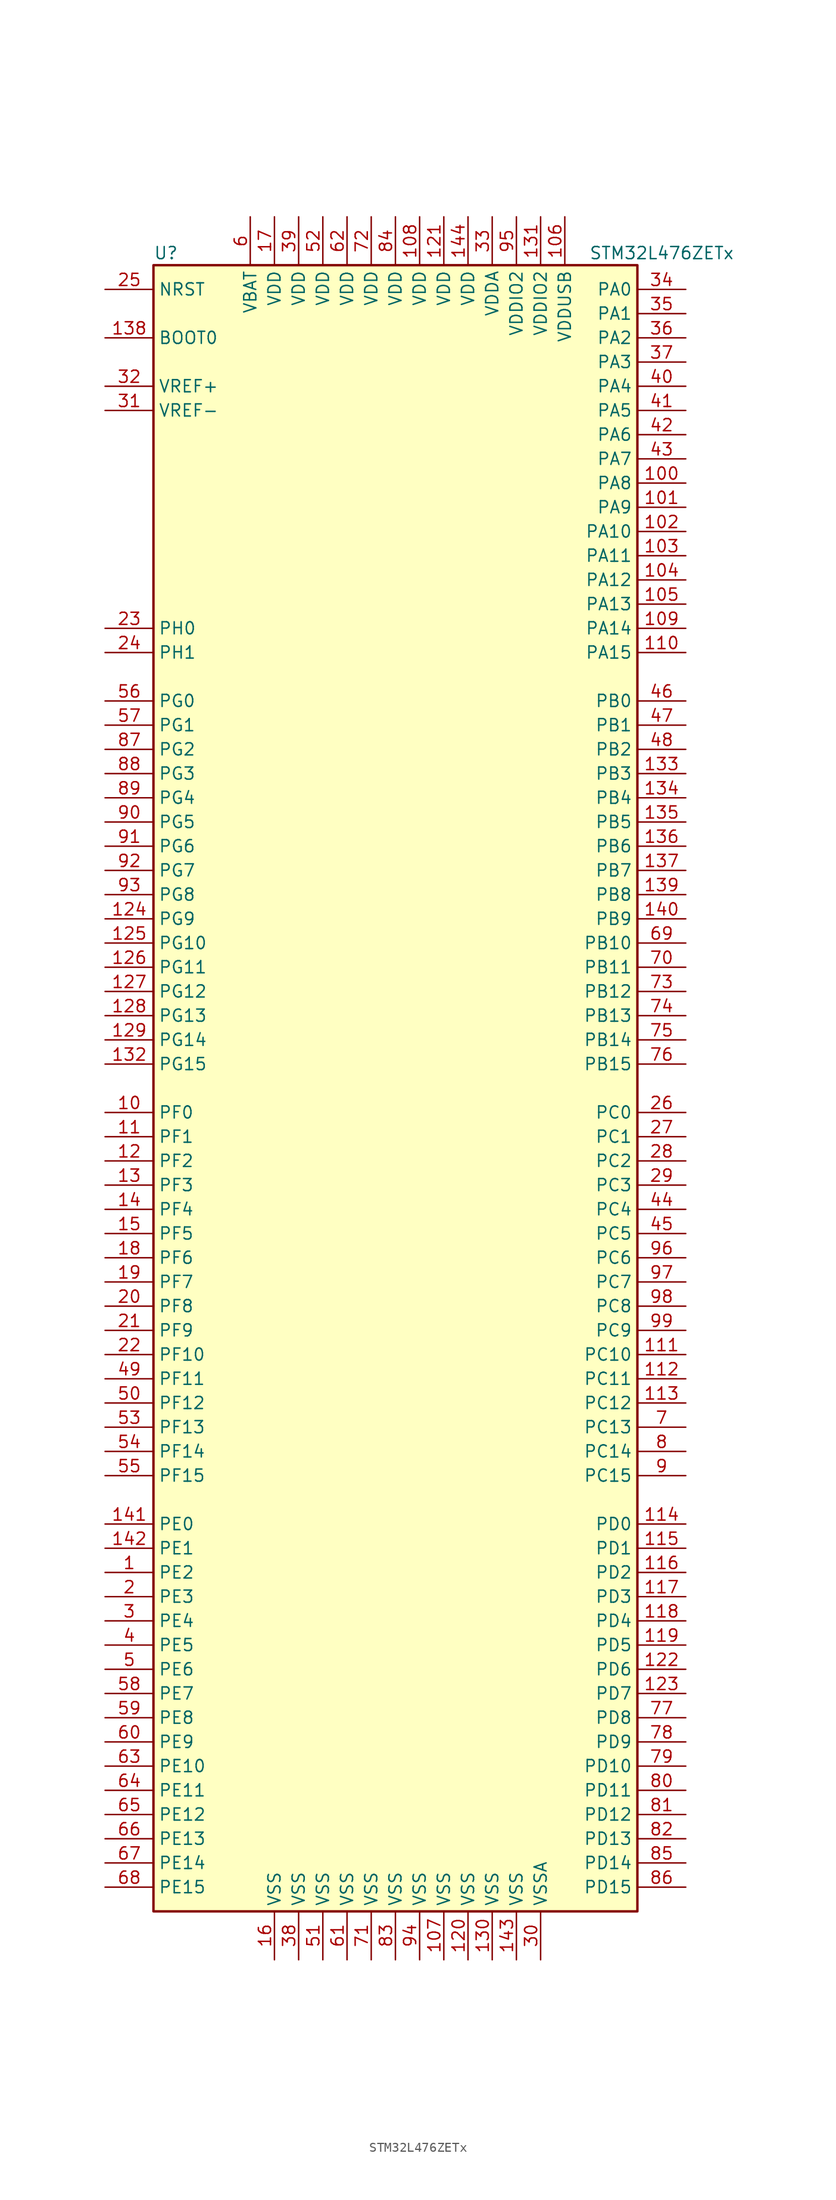
<source format=kicad_sym>
(kicad_symbol_lib
  (version 20201005)
  (generator kicad_symbol_editor)
  (symbol "STM32L476ZETx"
    (property "Reference" "U"
      (at -25.4 87.63 0)
      (effects (font (size 1.27 1.27)) (justify left)))
    (property "Value" "STM32L476ZETx"
      (at 20.32 87.63 0)
      (effects (font (size 1.27 1.27)) (justify left)))
    (symbol "STM32L476ZETx_0_1"
      (rectangle (start -25.4 -86.36) (end 25.4 86.36) (stroke (width 0.254)) (fill (type background))))
    (symbol "STM32L476ZETx_1_1"
      (pin input line (at -30.48 78.74 0) (length 5.08) (name "BOOT0" (effects (font (size 1.27 1.27)))) (number "138" (effects (font (size 1.27 1.27)))))
      (pin input line (at -30.48 83.82 0) (length 5.08) (name "NRST" (effects (font (size 1.27 1.27)))) (number "25" (effects (font (size 1.27 1.27)))))
      (pin bidirectional line (at 30.48 83.82 180) (length 5.08) (name "PA0" (effects (font (size 1.27 1.27)))) (number "34" (effects (font (size 1.27 1.27)))))
      (pin bidirectional line (at 30.48 81.28 180) (length 5.08) (name "PA1" (effects (font (size 1.27 1.27)))) (number "35" (effects (font (size 1.27 1.27)))))
      (pin bidirectional line (at 30.48 58.42 180) (length 5.08) (name "PA10" (effects (font (size 1.27 1.27)))) (number "102" (effects (font (size 1.27 1.27)))))
      (pin bidirectional line (at 30.48 55.88 180) (length 5.08) (name "PA11" (effects (font (size 1.27 1.27)))) (number "103" (effects (font (size 1.27 1.27)))))
      (pin bidirectional line (at 30.48 53.34 180) (length 5.08) (name "PA12" (effects (font (size 1.27 1.27)))) (number "104" (effects (font (size 1.27 1.27)))))
      (pin bidirectional line (at 30.48 50.8 180) (length 5.08) (name "PA13" (effects (font (size 1.27 1.27)))) (number "105" (effects (font (size 1.27 1.27)))))
      (pin bidirectional line (at 30.48 48.26 180) (length 5.08) (name "PA14" (effects (font (size 1.27 1.27)))) (number "109" (effects (font (size 1.27 1.27)))))
      (pin bidirectional line (at 30.48 45.72 180) (length 5.08) (name "PA15" (effects (font (size 1.27 1.27)))) (number "110" (effects (font (size 1.27 1.27)))))
      (pin bidirectional line (at 30.48 78.74 180) (length 5.08) (name "PA2" (effects (font (size 1.27 1.27)))) (number "36" (effects (font (size 1.27 1.27)))))
      (pin bidirectional line (at 30.48 76.2 180) (length 5.08) (name "PA3" (effects (font (size 1.27 1.27)))) (number "37" (effects (font (size 1.27 1.27)))))
      (pin bidirectional line (at 30.48 73.66 180) (length 5.08) (name "PA4" (effects (font (size 1.27 1.27)))) (number "40" (effects (font (size 1.27 1.27)))))
      (pin bidirectional line (at 30.48 71.12 180) (length 5.08) (name "PA5" (effects (font (size 1.27 1.27)))) (number "41" (effects (font (size 1.27 1.27)))))
      (pin bidirectional line (at 30.48 68.58 180) (length 5.08) (name "PA6" (effects (font (size 1.27 1.27)))) (number "42" (effects (font (size 1.27 1.27)))))
      (pin bidirectional line (at 30.48 66.04 180) (length 5.08) (name "PA7" (effects (font (size 1.27 1.27)))) (number "43" (effects (font (size 1.27 1.27)))))
      (pin bidirectional line (at 30.48 63.5 180) (length 5.08) (name "PA8" (effects (font (size 1.27 1.27)))) (number "100" (effects (font (size 1.27 1.27)))))
      (pin bidirectional line (at 30.48 60.96 180) (length 5.08) (name "PA9" (effects (font (size 1.27 1.27)))) (number "101" (effects (font (size 1.27 1.27)))))
      (pin bidirectional line (at 30.48 40.64 180) (length 5.08) (name "PB0" (effects (font (size 1.27 1.27)))) (number "46" (effects (font (size 1.27 1.27)))))
      (pin bidirectional line (at 30.48 38.1 180) (length 5.08) (name "PB1" (effects (font (size 1.27 1.27)))) (number "47" (effects (font (size 1.27 1.27)))))
      (pin bidirectional line (at 30.48 15.24 180) (length 5.08) (name "PB10" (effects (font (size 1.27 1.27)))) (number "69" (effects (font (size 1.27 1.27)))))
      (pin bidirectional line (at 30.48 12.7 180) (length 5.08) (name "PB11" (effects (font (size 1.27 1.27)))) (number "70" (effects (font (size 1.27 1.27)))))
      (pin bidirectional line (at 30.48 10.16 180) (length 5.08) (name "PB12" (effects (font (size 1.27 1.27)))) (number "73" (effects (font (size 1.27 1.27)))))
      (pin bidirectional line (at 30.48 7.62 180) (length 5.08) (name "PB13" (effects (font (size 1.27 1.27)))) (number "74" (effects (font (size 1.27 1.27)))))
      (pin bidirectional line (at 30.48 5.08 180) (length 5.08) (name "PB14" (effects (font (size 1.27 1.27)))) (number "75" (effects (font (size 1.27 1.27)))))
      (pin bidirectional line (at 30.48 2.54 180) (length 5.08) (name "PB15" (effects (font (size 1.27 1.27)))) (number "76" (effects (font (size 1.27 1.27)))))
      (pin bidirectional line (at 30.48 35.56 180) (length 5.08) (name "PB2" (effects (font (size 1.27 1.27)))) (number "48" (effects (font (size 1.27 1.27)))))
      (pin bidirectional line (at 30.48 33.02 180) (length 5.08) (name "PB3" (effects (font (size 1.27 1.27)))) (number "133" (effects (font (size 1.27 1.27)))))
      (pin bidirectional line (at 30.48 30.48 180) (length 5.08) (name "PB4" (effects (font (size 1.27 1.27)))) (number "134" (effects (font (size 1.27 1.27)))))
      (pin bidirectional line (at 30.48 27.94 180) (length 5.08) (name "PB5" (effects (font (size 1.27 1.27)))) (number "135" (effects (font (size 1.27 1.27)))))
      (pin bidirectional line (at 30.48 25.4 180) (length 5.08) (name "PB6" (effects (font (size 1.27 1.27)))) (number "136" (effects (font (size 1.27 1.27)))))
      (pin bidirectional line (at 30.48 22.86 180) (length 5.08) (name "PB7" (effects (font (size 1.27 1.27)))) (number "137" (effects (font (size 1.27 1.27)))))
      (pin bidirectional line (at 30.48 20.32 180) (length 5.08) (name "PB8" (effects (font (size 1.27 1.27)))) (number "139" (effects (font (size 1.27 1.27)))))
      (pin bidirectional line (at 30.48 17.78 180) (length 5.08) (name "PB9" (effects (font (size 1.27 1.27)))) (number "140" (effects (font (size 1.27 1.27)))))
      (pin bidirectional line (at 30.48 -2.54 180) (length 5.08) (name "PC0" (effects (font (size 1.27 1.27)))) (number "26" (effects (font (size 1.27 1.27)))))
      (pin bidirectional line (at 30.48 -5.08 180) (length 5.08) (name "PC1" (effects (font (size 1.27 1.27)))) (number "27" (effects (font (size 1.27 1.27)))))
      (pin bidirectional line (at 30.48 -27.94 180) (length 5.08) (name "PC10" (effects (font (size 1.27 1.27)))) (number "111" (effects (font (size 1.27 1.27)))))
      (pin bidirectional line (at 30.48 -30.48 180) (length 5.08) (name "PC11" (effects (font (size 1.27 1.27)))) (number "112" (effects (font (size 1.27 1.27)))))
      (pin bidirectional line (at 30.48 -33.02 180) (length 5.08) (name "PC12" (effects (font (size 1.27 1.27)))) (number "113" (effects (font (size 1.27 1.27)))))
      (pin bidirectional line (at 30.48 -35.56 180) (length 5.08) (name "PC13" (effects (font (size 1.27 1.27)))) (number "7" (effects (font (size 1.27 1.27)))))
      (pin bidirectional line (at 30.48 -38.1 180) (length 5.08) (name "PC14" (effects (font (size 1.27 1.27)))) (number "8" (effects (font (size 1.27 1.27)))))
      (pin bidirectional line (at 30.48 -40.64 180) (length 5.08) (name "PC15" (effects (font (size 1.27 1.27)))) (number "9" (effects (font (size 1.27 1.27)))))
      (pin bidirectional line (at 30.48 -7.62 180) (length 5.08) (name "PC2" (effects (font (size 1.27 1.27)))) (number "28" (effects (font (size 1.27 1.27)))))
      (pin bidirectional line (at 30.48 -10.16 180) (length 5.08) (name "PC3" (effects (font (size 1.27 1.27)))) (number "29" (effects (font (size 1.27 1.27)))))
      (pin bidirectional line (at 30.48 -12.7 180) (length 5.08) (name "PC4" (effects (font (size 1.27 1.27)))) (number "44" (effects (font (size 1.27 1.27)))))
      (pin bidirectional line (at 30.48 -15.24 180) (length 5.08) (name "PC5" (effects (font (size 1.27 1.27)))) (number "45" (effects (font (size 1.27 1.27)))))
      (pin bidirectional line (at 30.48 -17.78 180) (length 5.08) (name "PC6" (effects (font (size 1.27 1.27)))) (number "96" (effects (font (size 1.27 1.27)))))
      (pin bidirectional line (at 30.48 -20.32 180) (length 5.08) (name "PC7" (effects (font (size 1.27 1.27)))) (number "97" (effects (font (size 1.27 1.27)))))
      (pin bidirectional line (at 30.48 -22.86 180) (length 5.08) (name "PC8" (effects (font (size 1.27 1.27)))) (number "98" (effects (font (size 1.27 1.27)))))
      (pin bidirectional line (at 30.48 -25.4 180) (length 5.08) (name "PC9" (effects (font (size 1.27 1.27)))) (number "99" (effects (font (size 1.27 1.27)))))
      (pin bidirectional line (at 30.48 -45.72 180) (length 5.08) (name "PD0" (effects (font (size 1.27 1.27)))) (number "114" (effects (font (size 1.27 1.27)))))
      (pin bidirectional line (at 30.48 -48.26 180) (length 5.08) (name "PD1" (effects (font (size 1.27 1.27)))) (number "115" (effects (font (size 1.27 1.27)))))
      (pin bidirectional line (at 30.48 -71.12 180) (length 5.08) (name "PD10" (effects (font (size 1.27 1.27)))) (number "79" (effects (font (size 1.27 1.27)))))
      (pin bidirectional line (at 30.48 -73.66 180) (length 5.08) (name "PD11" (effects (font (size 1.27 1.27)))) (number "80" (effects (font (size 1.27 1.27)))))
      (pin bidirectional line (at 30.48 -76.2 180) (length 5.08) (name "PD12" (effects (font (size 1.27 1.27)))) (number "81" (effects (font (size 1.27 1.27)))))
      (pin bidirectional line (at 30.48 -78.74 180) (length 5.08) (name "PD13" (effects (font (size 1.27 1.27)))) (number "82" (effects (font (size 1.27 1.27)))))
      (pin bidirectional line (at 30.48 -81.28 180) (length 5.08) (name "PD14" (effects (font (size 1.27 1.27)))) (number "85" (effects (font (size 1.27 1.27)))))
      (pin bidirectional line (at 30.48 -83.82 180) (length 5.08) (name "PD15" (effects (font (size 1.27 1.27)))) (number "86" (effects (font (size 1.27 1.27)))))
      (pin bidirectional line (at 30.48 -50.8 180) (length 5.08) (name "PD2" (effects (font (size 1.27 1.27)))) (number "116" (effects (font (size 1.27 1.27)))))
      (pin bidirectional line (at 30.48 -53.34 180) (length 5.08) (name "PD3" (effects (font (size 1.27 1.27)))) (number "117" (effects (font (size 1.27 1.27)))))
      (pin bidirectional line (at 30.48 -55.88 180) (length 5.08) (name "PD4" (effects (font (size 1.27 1.27)))) (number "118" (effects (font (size 1.27 1.27)))))
      (pin bidirectional line (at 30.48 -58.42 180) (length 5.08) (name "PD5" (effects (font (size 1.27 1.27)))) (number "119" (effects (font (size 1.27 1.27)))))
      (pin bidirectional line (at 30.48 -60.96 180) (length 5.08) (name "PD6" (effects (font (size 1.27 1.27)))) (number "122" (effects (font (size 1.27 1.27)))))
      (pin bidirectional line (at 30.48 -63.5 180) (length 5.08) (name "PD7" (effects (font (size 1.27 1.27)))) (number "123" (effects (font (size 1.27 1.27)))))
      (pin bidirectional line (at 30.48 -66.04 180) (length 5.08) (name "PD8" (effects (font (size 1.27 1.27)))) (number "77" (effects (font (size 1.27 1.27)))))
      (pin bidirectional line (at 30.48 -68.58 180) (length 5.08) (name "PD9" (effects (font (size 1.27 1.27)))) (number "78" (effects (font (size 1.27 1.27)))))
      (pin bidirectional line (at -30.48 -45.72 0) (length 5.08) (name "PE0" (effects (font (size 1.27 1.27)))) (number "141" (effects (font (size 1.27 1.27)))))
      (pin bidirectional line (at -30.48 -48.26 0) (length 5.08) (name "PE1" (effects (font (size 1.27 1.27)))) (number "142" (effects (font (size 1.27 1.27)))))
      (pin bidirectional line (at -30.48 -71.12 0) (length 5.08) (name "PE10" (effects (font (size 1.27 1.27)))) (number "63" (effects (font (size 1.27 1.27)))))
      (pin bidirectional line (at -30.48 -73.66 0) (length 5.08) (name "PE11" (effects (font (size 1.27 1.27)))) (number "64" (effects (font (size 1.27 1.27)))))
      (pin bidirectional line (at -30.48 -76.2 0) (length 5.08) (name "PE12" (effects (font (size 1.27 1.27)))) (number "65" (effects (font (size 1.27 1.27)))))
      (pin bidirectional line (at -30.48 -78.74 0) (length 5.08) (name "PE13" (effects (font (size 1.27 1.27)))) (number "66" (effects (font (size 1.27 1.27)))))
      (pin bidirectional line (at -30.48 -81.28 0) (length 5.08) (name "PE14" (effects (font (size 1.27 1.27)))) (number "67" (effects (font (size 1.27 1.27)))))
      (pin bidirectional line (at -30.48 -83.82 0) (length 5.08) (name "PE15" (effects (font (size 1.27 1.27)))) (number "68" (effects (font (size 1.27 1.27)))))
      (pin bidirectional line (at -30.48 -50.8 0) (length 5.08) (name "PE2" (effects (font (size 1.27 1.27)))) (number "1" (effects (font (size 1.27 1.27)))))
      (pin bidirectional line (at -30.48 -53.34 0) (length 5.08) (name "PE3" (effects (font (size 1.27 1.27)))) (number "2" (effects (font (size 1.27 1.27)))))
      (pin bidirectional line (at -30.48 -55.88 0) (length 5.08) (name "PE4" (effects (font (size 1.27 1.27)))) (number "3" (effects (font (size 1.27 1.27)))))
      (pin bidirectional line (at -30.48 -58.42 0) (length 5.08) (name "PE5" (effects (font (size 1.27 1.27)))) (number "4" (effects (font (size 1.27 1.27)))))
      (pin bidirectional line (at -30.48 -60.96 0) (length 5.08) (name "PE6" (effects (font (size 1.27 1.27)))) (number "5" (effects (font (size 1.27 1.27)))))
      (pin bidirectional line (at -30.48 -63.5 0) (length 5.08) (name "PE7" (effects (font (size 1.27 1.27)))) (number "58" (effects (font (size 1.27 1.27)))))
      (pin bidirectional line (at -30.48 -66.04 0) (length 5.08) (name "PE8" (effects (font (size 1.27 1.27)))) (number "59" (effects (font (size 1.27 1.27)))))
      (pin bidirectional line (at -30.48 -68.58 0) (length 5.08) (name "PE9" (effects (font (size 1.27 1.27)))) (number "60" (effects (font (size 1.27 1.27)))))
      (pin bidirectional line (at -30.48 -2.54 0) (length 5.08) (name "PF0" (effects (font (size 1.27 1.27)))) (number "10" (effects (font (size 1.27 1.27)))))
      (pin bidirectional line (at -30.48 -5.08 0) (length 5.08) (name "PF1" (effects (font (size 1.27 1.27)))) (number "11" (effects (font (size 1.27 1.27)))))
      (pin bidirectional line (at -30.48 -27.94 0) (length 5.08) (name "PF10" (effects (font (size 1.27 1.27)))) (number "22" (effects (font (size 1.27 1.27)))))
      (pin bidirectional line (at -30.48 -30.48 0) (length 5.08) (name "PF11" (effects (font (size 1.27 1.27)))) (number "49" (effects (font (size 1.27 1.27)))))
      (pin bidirectional line (at -30.48 -33.02 0) (length 5.08) (name "PF12" (effects (font (size 1.27 1.27)))) (number "50" (effects (font (size 1.27 1.27)))))
      (pin bidirectional line (at -30.48 -35.56 0) (length 5.08) (name "PF13" (effects (font (size 1.27 1.27)))) (number "53" (effects (font (size 1.27 1.27)))))
      (pin bidirectional line (at -30.48 -38.1 0) (length 5.08) (name "PF14" (effects (font (size 1.27 1.27)))) (number "54" (effects (font (size 1.27 1.27)))))
      (pin bidirectional line (at -30.48 -40.64 0) (length 5.08) (name "PF15" (effects (font (size 1.27 1.27)))) (number "55" (effects (font (size 1.27 1.27)))))
      (pin bidirectional line (at -30.48 -7.62 0) (length 5.08) (name "PF2" (effects (font (size 1.27 1.27)))) (number "12" (effects (font (size 1.27 1.27)))))
      (pin bidirectional line (at -30.48 -10.16 0) (length 5.08) (name "PF3" (effects (font (size 1.27 1.27)))) (number "13" (effects (font (size 1.27 1.27)))))
      (pin bidirectional line (at -30.48 -12.7 0) (length 5.08) (name "PF4" (effects (font (size 1.27 1.27)))) (number "14" (effects (font (size 1.27 1.27)))))
      (pin bidirectional line (at -30.48 -15.24 0) (length 5.08) (name "PF5" (effects (font (size 1.27 1.27)))) (number "15" (effects (font (size 1.27 1.27)))))
      (pin bidirectional line (at -30.48 -17.78 0) (length 5.08) (name "PF6" (effects (font (size 1.27 1.27)))) (number "18" (effects (font (size 1.27 1.27)))))
      (pin bidirectional line (at -30.48 -20.32 0) (length 5.08) (name "PF7" (effects (font (size 1.27 1.27)))) (number "19" (effects (font (size 1.27 1.27)))))
      (pin bidirectional line (at -30.48 -22.86 0) (length 5.08) (name "PF8" (effects (font (size 1.27 1.27)))) (number "20" (effects (font (size 1.27 1.27)))))
      (pin bidirectional line (at -30.48 -25.4 0) (length 5.08) (name "PF9" (effects (font (size 1.27 1.27)))) (number "21" (effects (font (size 1.27 1.27)))))
      (pin bidirectional line (at -30.48 40.64 0) (length 5.08) (name "PG0" (effects (font (size 1.27 1.27)))) (number "56" (effects (font (size 1.27 1.27)))))
      (pin bidirectional line (at -30.48 38.1 0) (length 5.08) (name "PG1" (effects (font (size 1.27 1.27)))) (number "57" (effects (font (size 1.27 1.27)))))
      (pin bidirectional line (at -30.48 15.24 0) (length 5.08) (name "PG10" (effects (font (size 1.27 1.27)))) (number "125" (effects (font (size 1.27 1.27)))))
      (pin bidirectional line (at -30.48 12.7 0) (length 5.08) (name "PG11" (effects (font (size 1.27 1.27)))) (number "126" (effects (font (size 1.27 1.27)))))
      (pin bidirectional line (at -30.48 10.16 0) (length 5.08) (name "PG12" (effects (font (size 1.27 1.27)))) (number "127" (effects (font (size 1.27 1.27)))))
      (pin bidirectional line (at -30.48 7.62 0) (length 5.08) (name "PG13" (effects (font (size 1.27 1.27)))) (number "128" (effects (font (size 1.27 1.27)))))
      (pin bidirectional line (at -30.48 5.08 0) (length 5.08) (name "PG14" (effects (font (size 1.27 1.27)))) (number "129" (effects (font (size 1.27 1.27)))))
      (pin bidirectional line (at -30.48 2.54 0) (length 5.08) (name "PG15" (effects (font (size 1.27 1.27)))) (number "132" (effects (font (size 1.27 1.27)))))
      (pin bidirectional line (at -30.48 35.56 0) (length 5.08) (name "PG2" (effects (font (size 1.27 1.27)))) (number "87" (effects (font (size 1.27 1.27)))))
      (pin bidirectional line (at -30.48 33.02 0) (length 5.08) (name "PG3" (effects (font (size 1.27 1.27)))) (number "88" (effects (font (size 1.27 1.27)))))
      (pin bidirectional line (at -30.48 30.48 0) (length 5.08) (name "PG4" (effects (font (size 1.27 1.27)))) (number "89" (effects (font (size 1.27 1.27)))))
      (pin bidirectional line (at -30.48 27.94 0) (length 5.08) (name "PG5" (effects (font (size 1.27 1.27)))) (number "90" (effects (font (size 1.27 1.27)))))
      (pin bidirectional line (at -30.48 25.4 0) (length 5.08) (name "PG6" (effects (font (size 1.27 1.27)))) (number "91" (effects (font (size 1.27 1.27)))))
      (pin bidirectional line (at -30.48 22.86 0) (length 5.08) (name "PG7" (effects (font (size 1.27 1.27)))) (number "92" (effects (font (size 1.27 1.27)))))
      (pin bidirectional line (at -30.48 20.32 0) (length 5.08) (name "PG8" (effects (font (size 1.27 1.27)))) (number "93" (effects (font (size 1.27 1.27)))))
      (pin bidirectional line (at -30.48 17.78 0) (length 5.08) (name "PG9" (effects (font (size 1.27 1.27)))) (number "124" (effects (font (size 1.27 1.27)))))
      (pin input line (at -30.48 48.26 0) (length 5.08) (name "PH0" (effects (font (size 1.27 1.27)))) (number "23" (effects (font (size 1.27 1.27)))))
      (pin input line (at -30.48 45.72 0) (length 5.08) (name "PH1" (effects (font (size 1.27 1.27)))) (number "24" (effects (font (size 1.27 1.27)))))
      (pin power_in line (at -15.24 91.44 270) (length 5.08) (name "VBAT" (effects (font (size 1.27 1.27)))) (number "6" (effects (font (size 1.27 1.27)))))
      (pin power_in line (at 2.54 91.44 270) (length 5.08) (name "VDD" (effects (font (size 1.27 1.27)))) (number "108" (effects (font (size 1.27 1.27)))))
      (pin power_in line (at 5.08 91.44 270) (length 5.08) (name "VDD" (effects (font (size 1.27 1.27)))) (number "121" (effects (font (size 1.27 1.27)))))
      (pin power_in line (at 7.62 91.44 270) (length 5.08) (name "VDD" (effects (font (size 1.27 1.27)))) (number "144" (effects (font (size 1.27 1.27)))))
      (pin power_in line (at -12.7 91.44 270) (length 5.08) (name "VDD" (effects (font (size 1.27 1.27)))) (number "17" (effects (font (size 1.27 1.27)))))
      (pin power_in line (at -10.16 91.44 270) (length 5.08) (name "VDD" (effects (font (size 1.27 1.27)))) (number "39" (effects (font (size 1.27 1.27)))))
      (pin power_in line (at -7.62 91.44 270) (length 5.08) (name "VDD" (effects (font (size 1.27 1.27)))) (number "52" (effects (font (size 1.27 1.27)))))
      (pin power_in line (at -5.08 91.44 270) (length 5.08) (name "VDD" (effects (font (size 1.27 1.27)))) (number "62" (effects (font (size 1.27 1.27)))))
      (pin power_in line (at -2.54 91.44 270) (length 5.08) (name "VDD" (effects (font (size 1.27 1.27)))) (number "72" (effects (font (size 1.27 1.27)))))
      (pin power_in line (at 0 91.44 270) (length 5.08) (name "VDD" (effects (font (size 1.27 1.27)))) (number "84" (effects (font (size 1.27 1.27)))))
      (pin power_in line (at 10.16 91.44 270) (length 5.08) (name "VDDA" (effects (font (size 1.27 1.27)))) (number "33" (effects (font (size 1.27 1.27)))))
      (pin power_in line (at 15.24 91.44 270) (length 5.08) (name "VDDIO2" (effects (font (size 1.27 1.27)))) (number "131" (effects (font (size 1.27 1.27)))))
      (pin power_in line (at 12.7 91.44 270) (length 5.08) (name "VDDIO2" (effects (font (size 1.27 1.27)))) (number "95" (effects (font (size 1.27 1.27)))))
      (pin power_in line (at 17.78 91.44 270) (length 5.08) (name "VDDUSB" (effects (font (size 1.27 1.27)))) (number "106" (effects (font (size 1.27 1.27)))))
      (pin bidirectional line (at -30.48 73.66 0) (length 5.08) (name "VREF+" (effects (font (size 1.27 1.27)))) (number "32" (effects (font (size 1.27 1.27)))))
      (pin power_in line (at -30.48 71.12 0) (length 5.08) (name "VREF-" (effects (font (size 1.27 1.27)))) (number "31" (effects (font (size 1.27 1.27)))))
      (pin power_in line (at 5.08 -91.44 90) (length 5.08) (name "VSS" (effects (font (size 1.27 1.27)))) (number "107" (effects (font (size 1.27 1.27)))))
      (pin power_in line (at 7.62 -91.44 90) (length 5.08) (name "VSS" (effects (font (size 1.27 1.27)))) (number "120" (effects (font (size 1.27 1.27)))))
      (pin power_in line (at 10.16 -91.44 90) (length 5.08) (name "VSS" (effects (font (size 1.27 1.27)))) (number "130" (effects (font (size 1.27 1.27)))))
      (pin power_in line (at 12.7 -91.44 90) (length 5.08) (name "VSS" (effects (font (size 1.27 1.27)))) (number "143" (effects (font (size 1.27 1.27)))))
      (pin power_in line (at -12.7 -91.44 90) (length 5.08) (name "VSS" (effects (font (size 1.27 1.27)))) (number "16" (effects (font (size 1.27 1.27)))))
      (pin power_in line (at -10.16 -91.44 90) (length 5.08) (name "VSS" (effects (font (size 1.27 1.27)))) (number "38" (effects (font (size 1.27 1.27)))))
      (pin power_in line (at -7.62 -91.44 90) (length 5.08) (name "VSS" (effects (font (size 1.27 1.27)))) (number "51" (effects (font (size 1.27 1.27)))))
      (pin power_in line (at -5.08 -91.44 90) (length 5.08) (name "VSS" (effects (font (size 1.27 1.27)))) (number "61" (effects (font (size 1.27 1.27)))))
      (pin power_in line (at -2.54 -91.44 90) (length 5.08) (name "VSS" (effects (font (size 1.27 1.27)))) (number "71" (effects (font (size 1.27 1.27)))))
      (pin power_in line (at 0 -91.44 90) (length 5.08) (name "VSS" (effects (font (size 1.27 1.27)))) (number "83" (effects (font (size 1.27 1.27)))))
      (pin power_in line (at 2.54 -91.44 90) (length 5.08) (name "VSS" (effects (font (size 1.27 1.27)))) (number "94" (effects (font (size 1.27 1.27)))))
      (pin power_in line (at 15.24 -91.44 90) (length 5.08) (name "VSSA" (effects (font (size 1.27 1.27)))) (number "30" (effects (font (size 1.27 1.27))))))))
</source>
